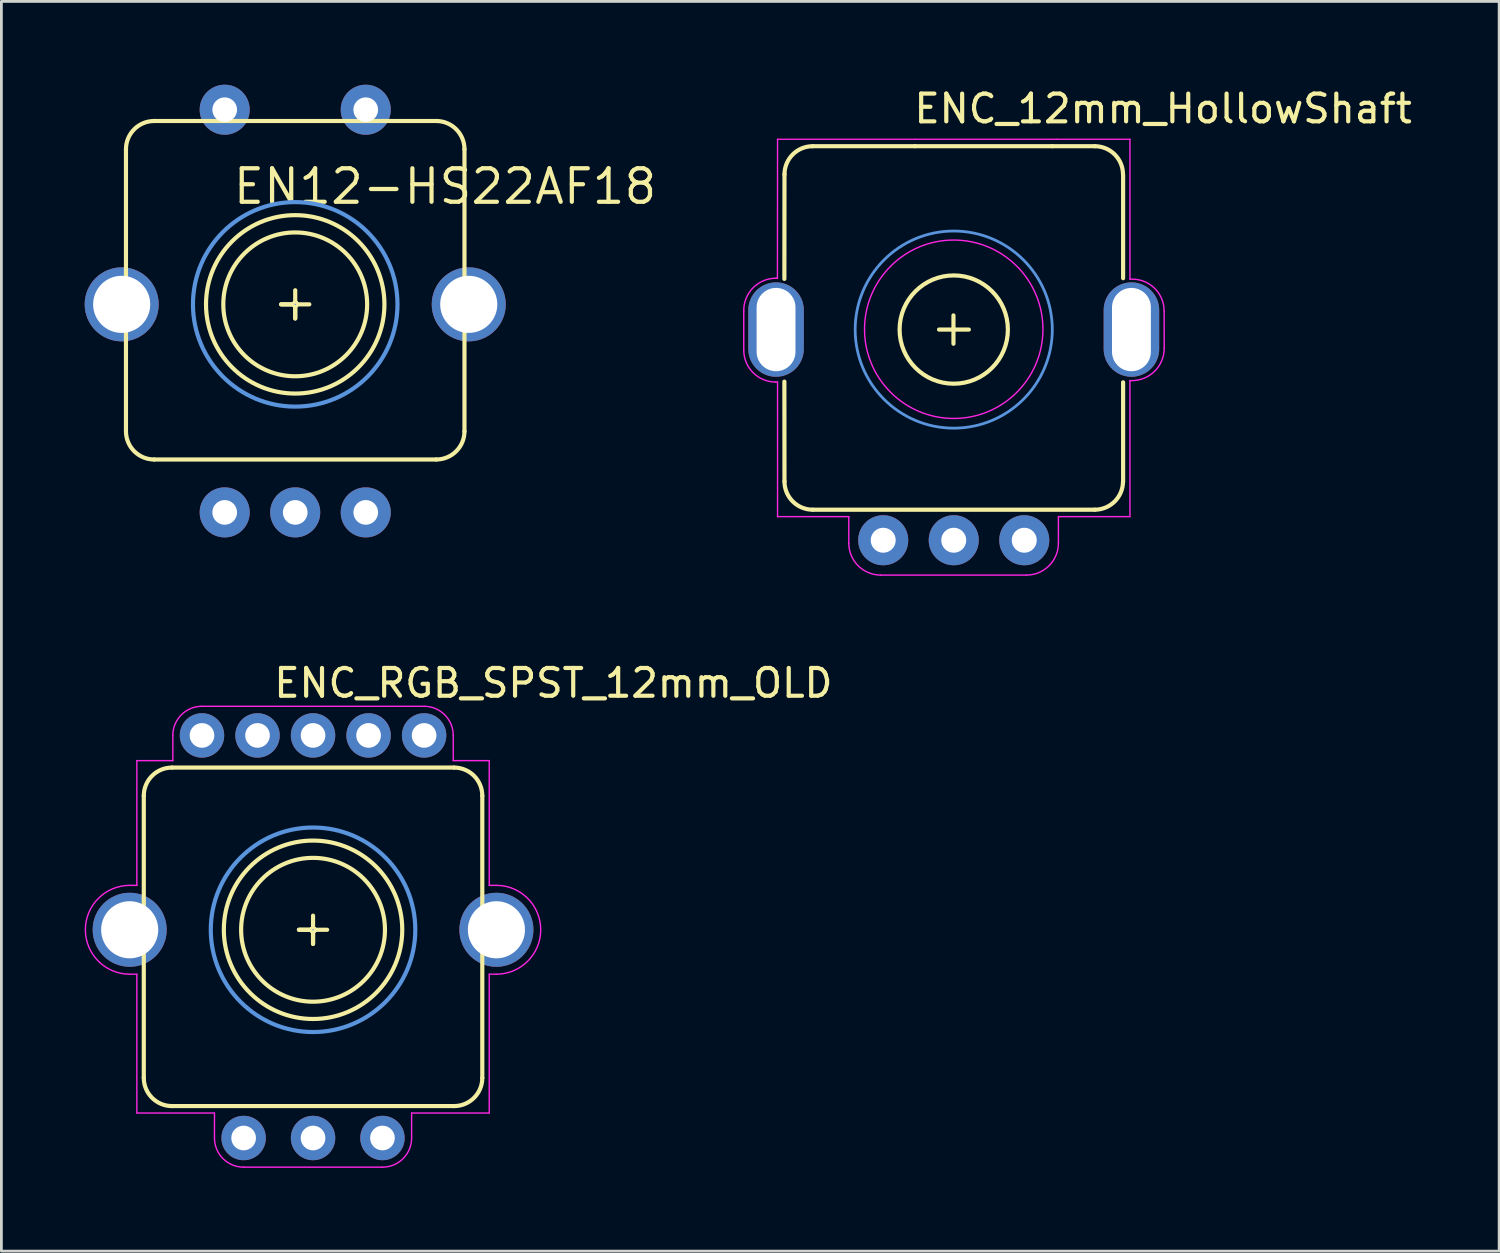
<source format=kicad_pcb>
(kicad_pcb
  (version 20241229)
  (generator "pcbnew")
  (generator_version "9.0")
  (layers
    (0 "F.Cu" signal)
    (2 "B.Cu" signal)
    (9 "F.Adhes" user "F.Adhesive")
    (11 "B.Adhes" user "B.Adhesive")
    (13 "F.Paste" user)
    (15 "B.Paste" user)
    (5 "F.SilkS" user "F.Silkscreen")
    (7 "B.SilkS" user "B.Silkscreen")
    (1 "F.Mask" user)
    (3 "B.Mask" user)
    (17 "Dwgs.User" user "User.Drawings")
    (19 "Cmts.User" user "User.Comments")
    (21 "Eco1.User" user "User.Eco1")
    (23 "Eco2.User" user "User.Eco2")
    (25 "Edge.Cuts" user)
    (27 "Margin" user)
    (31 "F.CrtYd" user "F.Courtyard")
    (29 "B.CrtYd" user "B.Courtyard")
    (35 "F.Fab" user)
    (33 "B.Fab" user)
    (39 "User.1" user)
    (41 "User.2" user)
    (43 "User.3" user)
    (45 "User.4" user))
  (footprint "ENC_RGB_SPST_12mm_OLD"
    (layer "F.Cu")
    (at 8.225 30.438)
    (property "Reference" "ENC_RGB_SPST_12mm_OLD" (at -1.49 -8.3 0) (layer "F.SilkS") (effects (font (size 1 1) (thickness 0.15)) (justify left bottom)))
    (attr through_hole)
    (fp_line (start -6.096 5.334) (end -6.096 -4.826) (stroke (width 0.15) (type solid)) (layer "F.SilkS"))
    (fp_line (start -5.08 -5.842) (end 5.08 -5.842) (stroke (width 0.15) (type solid)) (layer "F.SilkS"))
    (fp_line (start -0.508 0) (end 0 0) (stroke (width 0.15) (type solid)) (layer "F.SilkS"))
    (fp_line (start 0 -0.508) (end 0 0.508) (stroke (width 0.15) (type solid)) (layer "F.SilkS"))
    (fp_line (start 0 0) (end -0.508 0) (stroke (width 0.15) (type solid)) (layer "F.SilkS"))
    (fp_line (start 0 0) (end 0 0) (stroke (width 0.127) (type solid)) (layer "F.SilkS"))
    (fp_line (start 0 0) (end 0 0) (stroke (width 0.127) (type solid)) (layer "F.SilkS"))
    (fp_line (start 0 0) (end 0 0) (stroke (width 0.127) (type solid)) (layer "F.SilkS"))
    (fp_line (start 0 0) (end 0 0) (stroke (width 0.127) (type solid)) (layer "F.SilkS"))
    (fp_line (start 0 0) (end 0.508 0) (stroke (width 0.15) (type solid)) (layer "F.SilkS"))
    (fp_line (start 0 0.508) (end 0 0) (stroke (width 0.15) (type solid)) (layer "F.SilkS"))
    (fp_line (start 5.08 6.35) (end -5.08 6.35) (stroke (width 0.15) (type solid)) (layer "F.SilkS"))
    (fp_line (start 6.096 -4.826) (end 6.096 5.334) (stroke (width 0.15) (type solid)) (layer "F.SilkS"))
    (fp_arc (start -6.096 -4.826) (mid -5.79842 -5.54442) (end -5.08 -5.842) (stroke (width 0.15) (type solid)) (layer "F.SilkS"))
    (fp_arc (start -5.08 6.35) (mid -5.79842 6.05242) (end -6.096 5.334) (stroke (width 0.15) (type solid)) (layer "F.SilkS"))
    (fp_arc (start 0 0) (mid 0 0) (end 0 0) (stroke (width 0.127) (type solid)) (layer "F.SilkS"))
    (fp_arc (start 0 0) (mid 0 0) (end 0 0) (stroke (width 0.127) (type solid)) (layer "F.SilkS"))
    (fp_arc (start 0 0) (mid 0 0) (end 0 0) (stroke (width 0.127) (type solid)) (layer "F.SilkS"))
    (fp_arc (start 0 0) (mid 0 0) (end 0 0) (stroke (width 0.127) (type solid)) (layer "F.SilkS"))
    (fp_arc (start 5.08 -5.842) (mid 5.79842 -5.54442) (end 6.096 -4.826) (stroke (width 0.15) (type solid)) (layer "F.SilkS"))
    (fp_arc (start 6.096 5.334) (mid 5.79842 6.05242) (end 5.08 6.35) (stroke (width 0.15) (type solid)) (layer "F.SilkS"))
    (fp_circle (center 0 0) (end 0 0) (stroke (width 0.127) (type solid)) (fill no) (layer "F.SilkS"))
    (fp_circle (center 0 0) (end 0 0) (stroke (width 0.127) (type solid)) (fill no) (layer "F.SilkS"))
    (fp_circle (center 0 0) (end 0.508 2.54) (stroke (width 0.15) (type solid)) (fill no) (layer "F.SilkS"))
    (fp_circle (center 0 0) (end 1.016 3.048) (stroke (width 0.15) (type solid)) (fill no) (layer "F.SilkS"))
    (fp_circle (center 0 0) (end 0 0) (stroke (width 0.025) (type solid)) (fill no) (layer "Cmts.User"))
    (fp_circle (center 0 0) (end 3.683 0) (stroke (width 0.15) (type solid)) (fill no) (layer "Cmts.User"))
    (fp_line (start -6.6 -1.6) (end -6.346 -1.6) (stroke (width 0.05) (type solid)) (layer "F.CrtYd"))
    (fp_line (start -6.346 -6.092) (end -5.05 -6.092) (stroke (width 0.05) (type solid)) (layer "F.CrtYd"))
    (fp_line (start -6.346 -1.6) (end -6.346 -6.092) (stroke (width 0.05) (type solid)) (layer "F.CrtYd"))
    (fp_line (start -6.346 1.6) (end -6.6 1.6) (stroke (width 0.05) (type solid)) (layer "F.CrtYd"))
    (fp_line (start -6.346 6.6) (end -6.346 1.6) (stroke (width 0.05) (type solid)) (layer "F.CrtYd"))
    (fp_line (start -5.05 -6.092) (end -5.05 -7) (stroke (width 0.05) (type solid)) (layer "F.CrtYd"))
    (fp_line (start -4 -8.05) (end 4 -8.05) (stroke (width 0.05) (type solid)) (layer "F.CrtYd"))
    (fp_line (start -3.55 6.6) (end -6.346 6.6) (stroke (width 0.05) (type solid)) (layer "F.CrtYd"))
    (fp_line (start -3.55 7.5) (end -3.55 6.6) (stroke (width 0.05) (type solid)) (layer "F.CrtYd"))
    (fp_line (start 2.5 8.55) (end -2.5 8.55) (stroke (width 0.05) (type solid)) (layer "F.CrtYd"))
    (fp_line (start 3.55 6.6) (end 3.55 7.5) (stroke (width 0.05) (type solid)) (layer "F.CrtYd"))
    (fp_line (start 5.05 -7) (end 5.05 -6.092) (stroke (width 0.05) (type solid)) (layer "F.CrtYd"))
    (fp_line (start 5.05 -6.092) (end 6.346 -6.092) (stroke (width 0.05) (type solid)) (layer "F.CrtYd"))
    (fp_line (start 6.346 -6.092) (end 6.346 -1.6) (stroke (width 0.05) (type solid)) (layer "F.CrtYd"))
    (fp_line (start 6.346 -1.6) (end 6.6 -1.6) (stroke (width 0.05) (type solid)) (layer "F.CrtYd"))
    (fp_line (start 6.346 1.6) (end 6.346 6.6) (stroke (width 0.05) (type solid)) (layer "F.CrtYd"))
    (fp_line (start 6.346 6.6) (end 3.55 6.6) (stroke (width 0.05) (type solid)) (layer "F.CrtYd"))
    (fp_line (start 6.6 1.6) (end 6.346 1.6) (stroke (width 0.05) (type solid)) (layer "F.CrtYd"))
    (fp_arc (start -6.6 1.6) (mid -8.2 0) (end -6.6 -1.6) (stroke (width 0.05) (type solid)) (layer "F.CrtYd"))
    (fp_arc (start -5.05 -7) (mid -4.742462 -7.742462) (end -4 -8.05) (stroke (width 0.05) (type solid)) (layer "F.CrtYd"))
    (fp_arc (start -2.5 8.55) (mid -3.242462 8.242462) (end -3.55 7.5) (stroke (width 0.05) (type solid)) (layer "F.CrtYd"))
    (fp_arc (start 3.55 7.5) (mid 3.242462 8.242462) (end 2.5 8.55) (stroke (width 0.05) (type solid)) (layer "F.CrtYd"))
    (fp_arc (start 4 -8.05) (mid 4.742462 -7.742462) (end 5.05 -7) (stroke (width 0.05) (type solid)) (layer "F.CrtYd"))
    (fp_arc (start 6.6 -1.6) (mid 8.2 0) (end 6.6 1.6) (stroke (width 0.05) (type solid)) (layer "F.CrtYd"))
    (pad "1" thru_hole circle (at -2.5 7.5 90) (size 1.6 1.6) (drill 0.889) (layers "*.Cu" "*.Mask"))
    (pad "2" thru_hole circle (at 0 7.5 90) (size 1.6 1.6) (drill 0.889) (layers "*.Cu" "*.Mask"))
    (pad "3" thru_hole circle (at 2.5 7.5 90) (size 1.6 1.6) (drill 0.889) (layers "*.Cu" "*.Mask"))
    (pad "4" thru_hole circle (at -4 -7 90) (size 1.6 1.6) (drill 0.889) (layers "*.Cu" "*.Mask"))
    (pad "5" thru_hole circle (at -2 -7 90) (size 1.6 1.6) (drill 0.889) (layers "*.Cu" "*.Mask"))
    (pad "6" thru_hole circle (at 0 -7 90) (size 1.6 1.6) (drill 0.889) (layers "*.Cu" "*.Mask"))
    (pad "7" thru_hole circle (at 2 -7 90) (size 1.6 1.6) (drill 0.889) (layers "*.Cu" "*.Mask"))
    (pad "8" thru_hole circle (at 4 -7 90) (size 1.6 1.6) (drill 0.889) (layers "*.Cu" "*.Mask"))
    (pad "NC" thru_hole circle (at -6.604 0) (size 2.667 2.667) (drill 2.057) (layers "*.Cu" "*.Mask"))
    (pad "NC" thru_hole circle (at 6.604 0) (size 2.667 2.667) (drill 2.057) (layers "*.Cu" "*.Mask")))
  (footprint "EN12-HS22AF18"
    (layer "F.Cu")
    (at 7.583 7.912)
    (property "Reference" "EN12-HS22AF18" (at -2.312 -3.54 0) (layer "F.SilkS") (effects (font (size 1.206 1.206) (thickness 0.152)) (justify left bottom)))
    (attr through_hole)
    (fp_line (start -6.096 4.572) (end -6.096 -5.588) (stroke (width 0.15) (type solid)) (layer "F.SilkS"))
    (fp_line (start -5.08 -6.604) (end 5.08 -6.604) (stroke (width 0.15) (type solid)) (layer "F.SilkS"))
    (fp_line (start -0.508 0) (end 0 0) (stroke (width 0.15) (type solid)) (layer "F.SilkS"))
    (fp_line (start 0 -0.508) (end 0 0.508) (stroke (width 0.15) (type solid)) (layer "F.SilkS"))
    (fp_line (start 0 0) (end -0.508 0) (stroke (width 0.15) (type solid)) (layer "F.SilkS"))
    (fp_line (start 0 0) (end 0 0) (stroke (width 0.127) (type solid)) (layer "F.SilkS"))
    (fp_line (start 0 0) (end 0 0) (stroke (width 0.127) (type solid)) (layer "F.SilkS"))
    (fp_line (start 0 0) (end 0 0) (stroke (width 0.127) (type solid)) (layer "F.SilkS"))
    (fp_line (start 0 0) (end 0 0) (stroke (width 0.127) (type solid)) (layer "F.SilkS"))
    (fp_line (start 0 0) (end 0.508 0) (stroke (width 0.15) (type solid)) (layer "F.SilkS"))
    (fp_line (start 0 0.508) (end 0 0) (stroke (width 0.15) (type solid)) (layer "F.SilkS"))
    (fp_line (start 5.08 5.588) (end -5.08 5.588) (stroke (width 0.15) (type solid)) (layer "F.SilkS"))
    (fp_line (start 6.096 -5.588) (end 6.096 4.572) (stroke (width 0.15) (type solid)) (layer "F.SilkS"))
    (fp_arc (start -6.096 -5.588) (mid -5.79842 -6.30642) (end -5.08 -6.604) (stroke (width 0.15) (type solid)) (layer "F.SilkS"))
    (fp_arc (start -5.08 5.588) (mid -5.79842 5.29042) (end -6.096 4.572) (stroke (width 0.15) (type solid)) (layer "F.SilkS"))
    (fp_arc (start 0 0) (mid 0 0) (end 0 0) (stroke (width 0.127) (type solid)) (layer "F.SilkS"))
    (fp_arc (start 0 0) (mid 0 0) (end 0 0) (stroke (width 0.127) (type solid)) (layer "F.SilkS"))
    (fp_arc (start 0 0) (mid 0 0) (end 0 0) (stroke (width 0.127) (type solid)) (layer "F.SilkS"))
    (fp_arc (start 0 0) (mid 0 0) (end 0 0) (stroke (width 0.127) (type solid)) (layer "F.SilkS"))
    (fp_arc (start 5.08 -6.604) (mid 5.79842 -6.30642) (end 6.096 -5.588) (stroke (width 0.15) (type solid)) (layer "F.SilkS"))
    (fp_arc (start 6.096 4.572) (mid 5.79842 5.29042) (end 5.08 5.588) (stroke (width 0.15) (type solid)) (layer "F.SilkS"))
    (fp_circle (center 0 0) (end 0 0) (stroke (width 0.127) (type solid)) (fill no) (layer "F.SilkS"))
    (fp_circle (center 0 0) (end 0 0) (stroke (width 0.127) (type solid)) (fill no) (layer "F.SilkS"))
    (fp_circle (center 0 0) (end 0.508 2.54) (stroke (width 0.15) (type solid)) (fill no) (layer "F.SilkS"))
    (fp_circle (center 0 0) (end 1.016 3.048) (stroke (width 0.15) (type solid)) (fill no) (layer "F.SilkS"))
    (fp_circle (center 0 0) (end 0 0) (stroke (width 0.025) (type solid)) (fill no) (layer "Cmts.User"))
    (fp_circle (center 0 0) (end 3.683 0) (stroke (width 0.15) (type solid)) (fill no) (layer "Cmts.User"))
    (pad "1" thru_hole circle (at -2.54 7.493 90) (size 1.803 1.803) (drill 0.889) (layers "*.Cu" "*.Mask"))
    (pad "2" thru_hole circle (at 0 7.493 90) (size 1.803 1.803) (drill 0.889) (layers "*.Cu" "*.Mask"))
    (pad "3" thru_hole circle (at 2.54 7.493 90) (size 1.803 1.803) (drill 0.889) (layers "*.Cu" "*.Mask"))
    (pad "4" thru_hole circle (at -2.54 -7.01 90) (size 1.803 1.803) (drill 0.889) (layers "*.Cu" "*.Mask"))
    (pad "5" thru_hole circle (at 2.54 -7.01 90) (size 1.803 1.803) (drill 0.889) (layers "*.Cu" "*.Mask"))
    (pad "6" thru_hole circle (at -6.25 0) (size 2.667 2.667) (drill 2.057) (layers "*.Cu" "*.Mask"))
    (pad "7" thru_hole circle (at 6.25 0) (size 2.667 2.667) (drill 2.057) (layers "*.Cu" "*.Mask")))
  (footprint "ENC_12mm_HollowShaft"
    (layer "F.Cu")
    (at 31.301 8.82)
    (property "Reference" "ENC_12mm_HollowShaft" (at -1.51 -7.37 0) (layer "F.SilkS") (effects (font (size 1 1) (thickness 0.15)) (justify left bottom)))
    (attr through_hole)
    (fp_line (start -6.1 -1.825) (end -6.096 -5.588) (stroke (width 0.15) (type solid)) (layer "F.SilkS"))
    (fp_line (start -6.096 5.472) (end -6.1 1.875) (stroke (width 0.15) (type solid)) (layer "F.SilkS"))
    (fp_line (start -5.08 -6.604) (end -1.4 -6.604) (stroke (width 0.15) (type solid)) (layer "F.SilkS"))
    (fp_line (start -1.4 -6.604) (end 3.55 -6.604) (stroke (width 0.15) (type solid)) (layer "F.SilkS"))
    (fp_line (start -0.53 0) (end 0 0) (stroke (width 0.15) (type solid)) (layer "F.SilkS"))
    (fp_line (start -0.01 -0.51) (end -0.01 0.51) (stroke (width 0.15) (type solid)) (layer "F.SilkS"))
    (fp_line (start 0 0) (end 0.544 0) (stroke (width 0.15) (type solid)) (layer "F.SilkS"))
    (fp_line (start 3.55 -6.604) (end 5.08 -6.604) (stroke (width 0.15) (type solid)) (layer "F.SilkS"))
    (fp_line (start 5.08 6.488) (end -5.08 6.488) (stroke (width 0.15) (type solid)) (layer "F.SilkS"))
    (fp_line (start 6.1 -1.85) (end 6.1 -5.574) (stroke (width 0.15) (type solid)) (layer "F.SilkS"))
    (fp_line (start 6.1 5.486) (end 6.1 1.9) (stroke (width 0.15) (type solid)) (layer "F.SilkS"))
    (fp_arc (start -6.096001 -5.588) (mid -5.798421 -6.30642) (end -5.080001 -6.604) (stroke (width 0.15) (type solid)) (layer "F.SilkS"))
    (fp_arc (start -5.080001 6.488) (mid -5.798421 6.19042) (end -6.096001 5.472) (stroke (width 0.15) (type solid)) (layer "F.SilkS"))
    (fp_arc (start 5.079999 -6.604) (mid 5.798419 -6.30642) (end 6.095999 -5.588) (stroke (width 0.15) (type solid)) (layer "F.SilkS"))
    (fp_arc (start 6.095999 5.472) (mid 5.798419 6.19042) (end 5.079999 6.488) (stroke (width 0.15) (type solid)) (layer "F.SilkS"))
    (fp_circle (center -0.000001 0) (end 1.95 0) (stroke (width 0.15) (type solid)) (fill no) (layer "F.SilkS"))
    (fp_circle (center 0 0.001) (end 3.55 0.001) (stroke (width 0.1) (type solid)) (fill no) (layer "Cmts.User"))
    (fp_line (start -7.563 0.74) (end -7.563 -0.67) (stroke (width 0.05) (type default)) (layer "F.CrtYd"))
    (fp_line (start -6.393 -1.85) (end -6.35 -1.85) (stroke (width 0.05) (type solid)) (layer "F.CrtYd"))
    (fp_line (start -6.346 -6.854) (end -6.35 -1.85) (stroke (width 0.05) (type solid)) (layer "F.CrtYd"))
    (fp_line (start -6.346 1.89) (end -6.413 1.89) (stroke (width 0.05) (type solid)) (layer "F.CrtYd"))
    (fp_line (start -6.346 1.89) (end -6.346 6.738) (stroke (width 0.05) (type solid)) (layer "F.CrtYd"))
    (fp_line (start -6.346 6.738) (end -3.78 6.738) (stroke (width 0.05) (type solid)) (layer "F.CrtYd"))
    (fp_line (start -3.78 6.738) (end -3.78 7.693) (stroke (width 0.05) (type solid)) (layer "F.CrtYd"))
    (fp_line (start -2.63 8.843) (end 2.62 8.843) (stroke (width 0.05) (type solid)) (layer "F.CrtYd"))
    (fp_line (start -1.39 -6.854) (end -6.346 -6.854) (stroke (width 0.05) (type solid)) (layer "F.CrtYd"))
    (fp_line (start 3.69 -6.854) (end -1.39 -6.854) (stroke (width 0.05) (type solid)) (layer "F.CrtYd"))
    (fp_line (start 3.77 6.738) (end 6.346 6.738) (stroke (width 0.05) (type solid)) (layer "F.CrtYd"))
    (fp_line (start 3.77 7.693) (end 3.77 6.738) (stroke (width 0.05) (type solid)) (layer "F.CrtYd"))
    (fp_line (start 6.346 -6.854) (end 3.69 -6.854) (stroke (width 0.05) (type solid)) (layer "F.CrtYd"))
    (fp_line (start 6.346 6.738) (end 6.346 1.84) (stroke (width 0.05) (type solid)) (layer "F.CrtYd"))
    (fp_line (start 6.347 -1.813) (end 6.346 -6.854) (stroke (width 0.05) (type solid)) (layer "F.CrtYd"))
    (fp_line (start 6.41 1.838) (end 6.346 1.84) (stroke (width 0.05) (type solid)) (layer "F.CrtYd"))
    (fp_line (start 7.578 -0.67) (end 7.58 0.675) (stroke (width 0.05) (type default)) (layer "F.CrtYd"))
    (fp_arc (start -7.563 -0.67) (mid -7.225929 -1.505857) (end -6.393 -1.850101) (stroke (width 0.05) (type solid)) (layer "F.CrtYd"))
    (fp_arc (start -6.413001 1.89) (mid -7.226174 1.553173) (end -7.563001 0.74) (stroke (width 0.05) (type solid)) (layer "F.CrtYd"))
    (fp_arc (start -2.63 8.843) (mid -3.443173 8.506173) (end -3.78 7.693) (stroke (width 0.05) (type solid)) (layer "F.CrtYd"))
    (fp_arc (start 3.77 7.693) (mid 3.433173 8.506172) (end 2.62 8.843) (stroke (width 0.05) (type solid)) (layer "F.CrtYd"))
    (fp_arc (start 6.347215 -1.812756) (mid 7.211563 -1.509332) (end 7.577605 -0.669584) (stroke (width 0.05) (type solid)) (layer "F.CrtYd"))
    (fp_arc (start 7.580126 0.675088) (mid 7.237018 1.5) (end 6.410106 1.838261) (stroke (width 0.05) (type solid)) (layer "F.CrtYd"))
    (fp_circle (center 0 -0.011) (end 3.213 -0.011) (stroke (width 0.05) (type solid)) (fill no) (layer "F.CrtYd"))
    (pad "1" thru_hole circle (at -2.54 7.588 90) (size 1.803 1.803) (drill 0.9) (layers "*.Cu" "*.Mask"))
    (pad "2" thru_hole circle (at -0.000001 7.588 90) (size 1.803 1.803) (drill 0.9) (layers "*.Cu" "*.Mask"))
    (pad "3" thru_hole circle (at 2.54 7.588 90) (size 1.803 1.803) (drill 0.9) (layers "*.Cu" "*.Mask"))
    (pad "4" thru_hole oval (at -6.4 0) (size 2 3.4) (drill oval 1.4 3) (layers "*.Cu" "*.Mask"))
    (pad "5" thru_hole oval (at 6.4 0) (size 2 3.4) (drill oval 1.4 3) (layers "*.Cu" "*.Mask")))
  (gr_rect
    (start -3 -3)
    (end 50.945 42.013)
    (stroke (width 0.1) (type default))
    (fill no)
    (layer "Edge.Cuts")))
</source>
